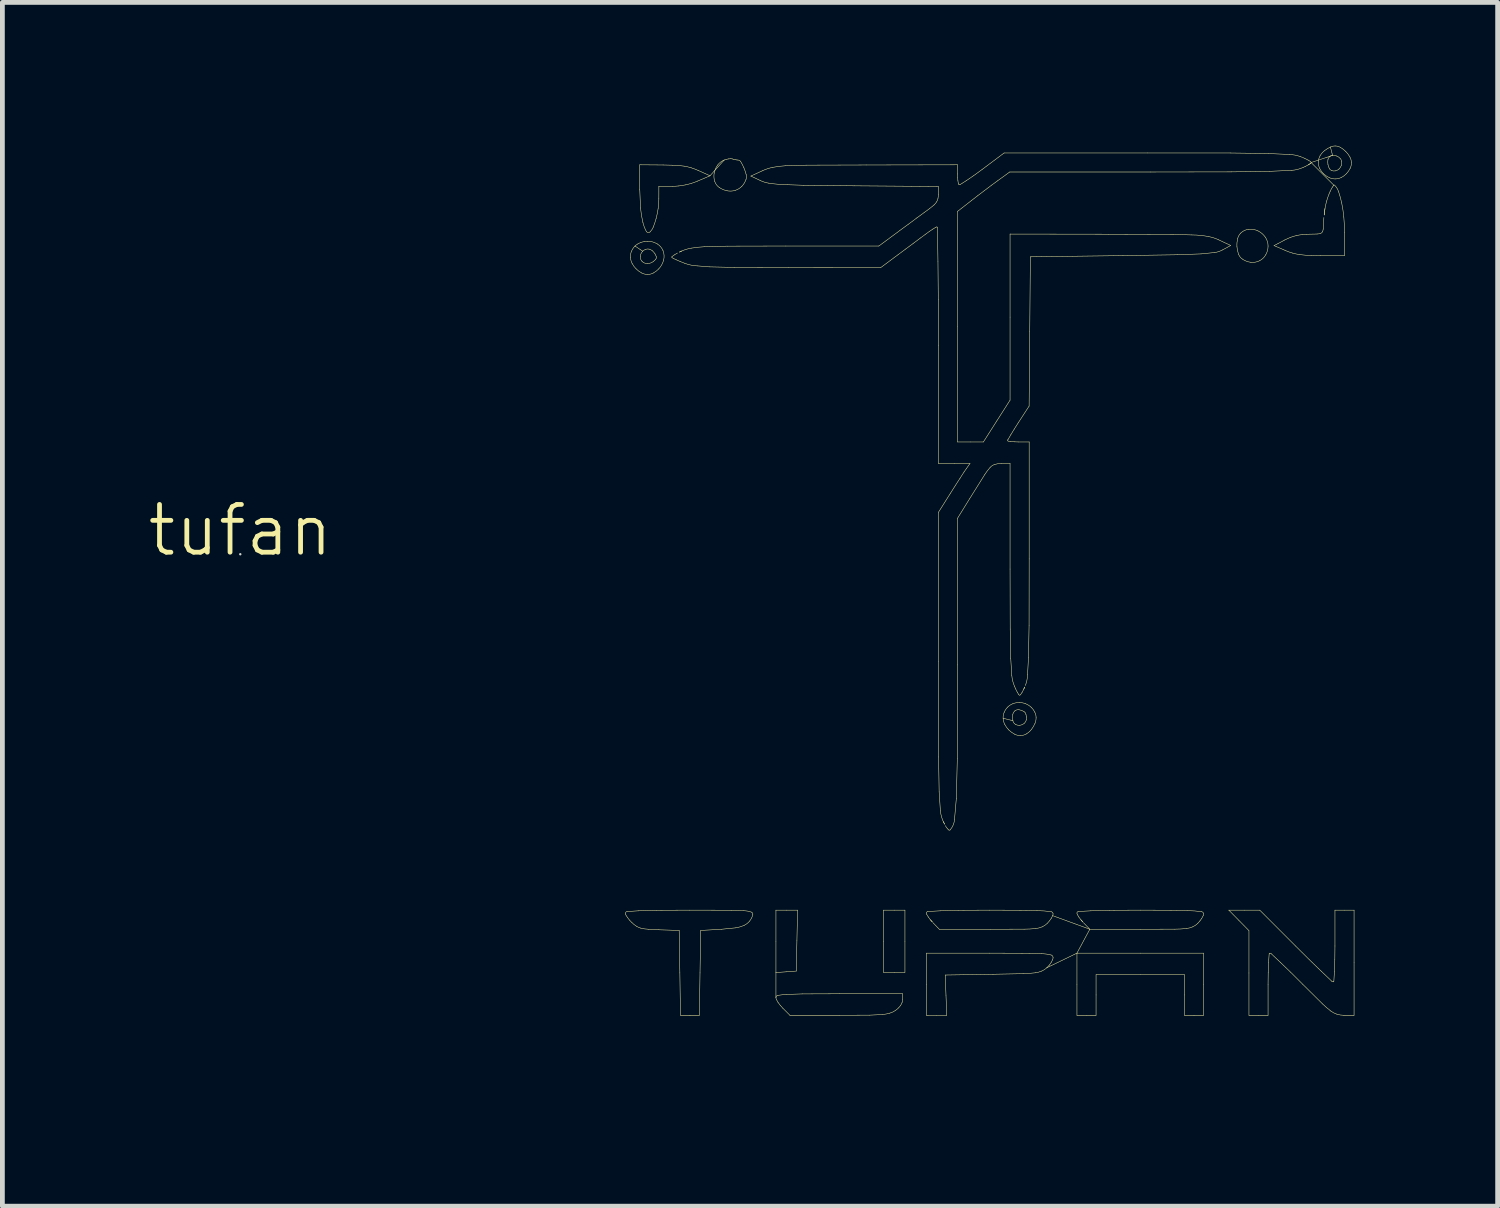
<source format=kicad_pcb>
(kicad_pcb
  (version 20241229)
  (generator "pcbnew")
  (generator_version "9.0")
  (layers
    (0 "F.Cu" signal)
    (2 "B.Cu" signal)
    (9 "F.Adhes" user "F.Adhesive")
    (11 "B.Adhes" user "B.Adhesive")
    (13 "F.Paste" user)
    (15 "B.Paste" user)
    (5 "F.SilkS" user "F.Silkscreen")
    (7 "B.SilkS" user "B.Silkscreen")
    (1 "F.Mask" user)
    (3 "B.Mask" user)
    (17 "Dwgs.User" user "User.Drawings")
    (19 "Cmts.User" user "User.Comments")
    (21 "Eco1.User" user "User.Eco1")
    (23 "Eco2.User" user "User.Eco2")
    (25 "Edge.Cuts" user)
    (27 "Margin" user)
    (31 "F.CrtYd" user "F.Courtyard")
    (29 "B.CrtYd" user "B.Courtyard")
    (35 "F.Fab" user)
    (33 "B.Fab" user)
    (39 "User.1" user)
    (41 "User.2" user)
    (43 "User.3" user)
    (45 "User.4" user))
  (footprint "tufan"
    (layer "F.Cu")
    (at 6.084 18.945)
    (property "Reference" "tufan" (at -4.105 -10.895 0) (unlocked yes) (layer "F.SilkS") (effects (font (size 1 1) (thickness 0.1))))
    (fp_line (start 4.156 -16.846) (end 4.318 -16.737) (stroke (width 0.01) (type default)) (layer "F.SilkS"))
    (fp_line (start 4.225 -2.932) (end 3.989 -2.916) (stroke (width 0.01) (type default)) (layer "F.SilkS"))
    (fp_line (start 4.256 -18.546) (end 4.256 -18.022) (stroke (width 0.01) (type default)) (layer "F.SilkS"))
    (fp_line (start 4.256 -18.022) (end 4.272 -17.642) (stroke (width 0.01) (type default)) (layer "F.SilkS"))
    (fp_line (start 4.433 -2.547) (end 4.657 -2.535) (stroke (width 0.01) (type default)) (layer "F.SilkS"))
    (fp_line (start 4.6 -2.943) (end 4.225 -2.932) (stroke (width 0.01) (type default)) (layer "F.SilkS"))
    (fp_line (start 4.655 -17.833) (end 4.656 -18.096) (stroke (width 0.01) (type default)) (layer "F.SilkS"))
    (fp_line (start 4.656 -18.096) (end 4.934 -18.096) (stroke (width 0.01) (type default)) (layer "F.SilkS"))
    (fp_line (start 4.657 -2.535) (end 5.081 -2.521) (stroke (width 0.01) (type default)) (layer "F.SilkS"))
    (fp_line (start 4.744 -18.542) (end 4.256 -18.546) (stroke (width 0.01) (type default)) (layer "F.SilkS"))
    (fp_line (start 4.942 -18.537) (end 4.744 -18.542) (stroke (width 0.01) (type default)) (layer "F.SilkS"))
    (fp_line (start 4.955 -16.588) (end 5.021 -16.557) (stroke (width 0.01) (type default)) (layer "F.SilkS"))
    (fp_line (start 5.021 -16.557) (end 5.104 -16.521) (stroke (width 0.01) (type default)) (layer "F.SilkS"))
    (fp_line (start 5.081 -2.521) (end 5.095 -1.633) (stroke (width 0.01) (type default)) (layer "F.SilkS"))
    (fp_line (start 5.095 -1.633) (end 5.108 -0.746) (stroke (width 0.01) (type default)) (layer "F.SilkS"))
    (fp_line (start 5.104 -16.521) (end 5.196 -16.485) (stroke (width 0.01) (type default)) (layer "F.SilkS"))
    (fp_line (start 5.108 -0.746) (end 5.306 -0.746) (stroke (width 0.01) (type default)) (layer "F.SilkS"))
    (fp_line (start 5.133 -16.741) (end 5.087 -16.719) (stroke (width 0.01) (type default)) (layer "F.SilkS"))
    (fp_line (start 5.301 -2.946) (end 4.6 -2.943) (stroke (width 0.01) (type default)) (layer "F.SilkS"))
    (fp_line (start 5.306 -0.746) (end 5.504 -0.746) (stroke (width 0.01) (type default)) (layer "F.SilkS"))
    (fp_line (start 5.466 -16.43) (end 5.709 -16.41) (stroke (width 0.01) (type default)) (layer "F.SilkS"))
    (fp_line (start 5.469 -18.206) (end 5.726 -18.316) (stroke (width 0.01) (type default)) (layer "F.SilkS"))
    (fp_line (start 5.504 -0.746) (end 5.517 -1.633) (stroke (width 0.01) (type default)) (layer "F.SilkS"))
    (fp_line (start 5.517 -1.633) (end 5.531 -2.521) (stroke (width 0.01) (type default)) (layer "F.SilkS"))
    (fp_line (start 5.531 -2.521) (end 5.964 -2.546) (stroke (width 0.01) (type default)) (layer "F.SilkS"))
    (fp_line (start 5.709 -16.41) (end 6.233 -16.398) (stroke (width 0.01) (type default)) (layer "F.SilkS"))
    (fp_line (start 5.726 -18.316) (end 5.478 -18.428) (stroke (width 0.01) (type default)) (layer "F.SilkS"))
    (fp_line (start 5.964 -2.546) (end 6.258 -2.575) (stroke (width 0.01) (type default)) (layer "F.SilkS"))
    (fp_line (start 6.022 -18.645) (end 5.726 -18.316) (stroke (width 0.01) (type default)) (layer "F.SilkS"))
    (fp_line (start 6.09 -16.843) (end 5.61 -16.831) (stroke (width 0.01) (type default)) (layer "F.SilkS"))
    (fp_line (start 6.168 -2.944) (end 5.301 -2.946) (stroke (width 0.01) (type default)) (layer "F.SilkS"))
    (fp_line (start 6.226 -18.659) (end 6.191 -18.669) (stroke (width 0.01) (type default)) (layer "F.SilkS"))
    (fp_line (start 6.233 -16.398) (end 7.365 -16.396) (stroke (width 0.01) (type default)) (layer "F.SilkS"))
    (fp_line (start 6.258 -18.652) (end 6.226 -18.659) (stroke (width 0.01) (type default)) (layer "F.SilkS"))
    (fp_line (start 6.279 -18.648) (end 6.258 -18.652) (stroke (width 0.01) (type default)) (layer "F.SilkS"))
    (fp_line (start 6.425 -2.934) (end 6.168 -2.944) (stroke (width 0.01) (type default)) (layer "F.SilkS"))
    (fp_line (start 6.581 -18.31) (end 6.785 -18.214) (stroke (width 0.01) (type default)) (layer "F.SilkS"))
    (fp_line (start 6.831 -18.425) (end 6.581 -18.31) (stroke (width 0.01) (type default)) (layer "F.SilkS"))
    (fp_line (start 7.106 -2.946) (end 7.106 -2.293) (stroke (width 0.01) (type default)) (layer "F.SilkS"))
    (fp_line (start 7.106 -2.293) (end 7.106 -1.64) (stroke (width 0.01) (type default)) (layer "F.SilkS"))
    (fp_line (start 7.106 -1.64) (end 7.319 -1.655) (stroke (width 0.01) (type default)) (layer "F.SilkS"))
    (fp_line (start 7.106 -1.117) (end 7.106 -1.64) (stroke (width 0.01) (type default)) (layer "F.SilkS"))
    (fp_line (start 7.252 -0.892) (end 7.398 -0.746) (stroke (width 0.01) (type default)) (layer "F.SilkS"))
    (fp_line (start 7.314 -16.846) (end 6.09 -16.843) (stroke (width 0.01) (type default)) (layer "F.SilkS"))
    (fp_line (start 7.319 -1.655) (end 7.531 -1.671) (stroke (width 0.01) (type default)) (layer "F.SilkS"))
    (fp_line (start 7.333 -2.946) (end 7.106 -2.946) (stroke (width 0.01) (type default)) (layer "F.SilkS"))
    (fp_line (start 7.346 -18.129) (end 7.691 -18.117) (stroke (width 0.01) (type default)) (layer "F.SilkS"))
    (fp_line (start 7.365 -16.396) (end 9.3 -16.395) (stroke (width 0.01) (type default)) (layer "F.SilkS"))
    (fp_line (start 7.398 -0.746) (end 8.432 -0.746) (stroke (width 0.01) (type default)) (layer "F.SilkS"))
    (fp_line (start 7.531 -1.671) (end 7.545 -2.308) (stroke (width 0.01) (type default)) (layer "F.SilkS"))
    (fp_line (start 7.545 -2.308) (end 7.559 -2.946) (stroke (width 0.01) (type default)) (layer "F.SilkS"))
    (fp_line (start 7.559 -2.946) (end 7.333 -2.946) (stroke (width 0.01) (type default)) (layer "F.SilkS"))
    (fp_line (start 7.664 -1.193) (end 7.329 -1.182) (stroke (width 0.01) (type default)) (layer "F.SilkS"))
    (fp_line (start 7.691 -18.117) (end 8.744 -18.106) (stroke (width 0.01) (type default)) (layer "F.SilkS"))
    (fp_line (start 7.749 -18.538) (end 7.298 -18.525) (stroke (width 0.01) (type default)) (layer "F.SilkS"))
    (fp_line (start 8.431 -1.196) (end 7.664 -1.193) (stroke (width 0.01) (type default)) (layer "F.SilkS"))
    (fp_line (start 8.432 -0.746) (end 9.063 -0.748) (stroke (width 0.01) (type default)) (layer "F.SilkS"))
    (fp_line (start 8.744 -18.106) (end 10.506 -18.092) (stroke (width 0.01) (type default)) (layer "F.SilkS"))
    (fp_line (start 8.994 -18.542) (end 7.749 -18.538) (stroke (width 0.01) (type default)) (layer "F.SilkS"))
    (fp_line (start 9.063 -0.748) (end 9.332 -0.761) (stroke (width 0.01) (type default)) (layer "F.SilkS"))
    (fp_line (start 9.26 -16.846) (end 7.314 -16.846) (stroke (width 0.01) (type default)) (layer "F.SilkS"))
    (fp_line (start 9.3 -16.395) (end 9.665 -16.667) (stroke (width 0.01) (type default)) (layer "F.SilkS"))
    (fp_line (start 9.356 -2.946) (end 9.356 -2.296) (stroke (width 0.01) (type default)) (layer "F.SilkS"))
    (fp_line (start 9.356 -2.296) (end 9.356 -1.645) (stroke (width 0.01) (type default)) (layer "F.SilkS"))
    (fp_line (start 9.356 -1.645) (end 9.581 -1.645) (stroke (width 0.01) (type default)) (layer "F.SilkS"))
    (fp_line (start 9.581 -2.946) (end 9.356 -2.946) (stroke (width 0.01) (type default)) (layer "F.SilkS"))
    (fp_line (start 9.581 -1.645) (end 9.806 -1.645) (stroke (width 0.01) (type default)) (layer "F.SilkS"))
    (fp_line (start 9.665 -16.667) (end 9.82 -16.782) (stroke (width 0.01) (type default)) (layer "F.SilkS"))
    (fp_line (start 9.695 -17.168) (end 9.26 -16.846) (stroke (width 0.01) (type default)) (layer "F.SilkS"))
    (fp_line (start 9.756 -1.196) (end 8.431 -1.196) (stroke (width 0.01) (type default)) (layer "F.SilkS"))
    (fp_line (start 9.756 -1.074) (end 9.756 -1.196) (stroke (width 0.01) (type default)) (layer "F.SilkS"))
    (fp_line (start 9.806 -2.946) (end 9.581 -2.946) (stroke (width 0.01) (type default)) (layer "F.SilkS"))
    (fp_line (start 9.806 -2.296) (end 9.806 -2.946) (stroke (width 0.01) (type default)) (layer "F.SilkS"))
    (fp_line (start 9.806 -1.645) (end 9.806 -2.296) (stroke (width 0.01) (type default)) (layer "F.SilkS"))
    (fp_line (start 9.82 -16.782) (end 9.984 -16.904) (stroke (width 0.01) (type default)) (layer "F.SilkS"))
    (fp_line (start 9.876 -17.301) (end 9.695 -17.168) (stroke (width 0.01) (type default)) (layer "F.SilkS"))
    (fp_line (start 9.984 -16.904) (end 10.132 -17.015) (stroke (width 0.01) (type default)) (layer "F.SilkS"))
    (fp_line (start 10.058 -17.436) (end 9.876 -17.301) (stroke (width 0.01) (type default)) (layer "F.SilkS"))
    (fp_line (start 10.132 -17.015) (end 10.236 -17.092) (stroke (width 0.01) (type default)) (layer "F.SilkS"))
    (fp_line (start 10.218 -17.554) (end 10.058 -17.436) (stroke (width 0.01) (type default)) (layer "F.SilkS"))
    (fp_line (start 10.236 -17.092) (end 10.317 -17.151) (stroke (width 0.01) (type default)) (layer "F.SilkS"))
    (fp_line (start 10.256 -2.046) (end 10.256 -1.395) (stroke (width 0.01) (type default)) (layer "F.SilkS"))
    (fp_line (start 10.256 -1.395) (end 10.256 -0.746) (stroke (width 0.01) (type default)) (layer "F.SilkS"))
    (fp_line (start 10.256 -0.746) (end 10.469 -0.745) (stroke (width 0.01) (type default)) (layer "F.SilkS"))
    (fp_line (start 10.317 -17.151) (end 10.39 -17.2) (stroke (width 0.01) (type default)) (layer "F.SilkS"))
    (fp_line (start 10.32 -17.628) (end 10.218 -17.554) (stroke (width 0.01) (type default)) (layer "F.SilkS"))
    (fp_line (start 10.339 -2.744) (end 10.379 -2.699) (stroke (width 0.01) (type default)) (layer "F.SilkS"))
    (fp_line (start 10.39 -17.2) (end 10.452 -17.239) (stroke (width 0.01) (type default)) (layer "F.SilkS"))
    (fp_line (start 10.39 -2.686) (end 10.525 -2.546) (stroke (width 0.01) (type default)) (layer "F.SilkS"))
    (fp_line (start 10.469 -0.745) (end 10.681 -0.745) (stroke (width 0.01) (type default)) (layer "F.SilkS"))
    (fp_line (start 10.487 -17.231) (end 10.497 -16.518) (stroke (width 0.01) (type default)) (layer "F.SilkS"))
    (fp_line (start 10.497 -16.518) (end 10.504 -15.72) (stroke (width 0.01) (type default)) (layer "F.SilkS"))
    (fp_line (start 10.504 -15.72) (end 10.506 -14.771) (stroke (width 0.01) (type default)) (layer "F.SilkS"))
    (fp_line (start 10.506 -18.092) (end 10.506 -17.928) (stroke (width 0.01) (type default)) (layer "F.SilkS"))
    (fp_line (start 10.506 -14.771) (end 10.506 -12.296) (stroke (width 0.01) (type default)) (layer "F.SilkS"))
    (fp_line (start 10.506 -12.296) (end 10.837 -12.296) (stroke (width 0.01) (type default)) (layer "F.SilkS"))
    (fp_line (start 10.506 -11.271) (end 10.507 -8.146) (stroke (width 0.01) (type default)) (layer "F.SilkS"))
    (fp_line (start 10.507 -8.146) (end 10.51 -6.152) (stroke (width 0.01) (type default)) (layer "F.SilkS"))
    (fp_line (start 10.51 -6.152) (end 10.522 -5.42) (stroke (width 0.01) (type default)) (layer "F.SilkS"))
    (fp_line (start 10.522 -5.42) (end 10.548 -5.023) (stroke (width 0.01) (type default)) (layer "F.SilkS"))
    (fp_line (start 10.525 -2.546) (end 11.593 -2.546) (stroke (width 0.01) (type default)) (layer "F.SilkS"))
    (fp_line (start 10.546 -2.932) (end 10.285 -2.917) (stroke (width 0.01) (type default)) (layer "F.SilkS"))
    (fp_line (start 10.609 -4.799) (end 10.636 -4.746) (stroke (width 0.01) (type default)) (layer "F.SilkS"))
    (fp_line (start 10.649 -1.588) (end 11.649 -1.604) (stroke (width 0.01) (type default)) (layer "F.SilkS"))
    (fp_line (start 10.665 -1.167) (end 10.649 -1.588) (stroke (width 0.01) (type default)) (layer "F.SilkS"))
    (fp_line (start 10.681 -0.745) (end 10.665 -1.167) (stroke (width 0.01) (type default)) (layer "F.SilkS"))
    (fp_line (start 10.758 -11.671) (end 10.506 -11.271) (stroke (width 0.01) (type default)) (layer "F.SilkS"))
    (fp_line (start 10.837 -12.296) (end 11.168 -12.296) (stroke (width 0.01) (type default)) (layer "F.SilkS"))
    (fp_line (start 10.844 -4.851) (end 10.882 -5.288) (stroke (width 0.01) (type default)) (layer "F.SilkS"))
    (fp_line (start 10.86 -11.832) (end 10.758 -11.671) (stroke (width 0.01) (type default)) (layer "F.SilkS"))
    (fp_line (start 10.882 -5.288) (end 10.902 -6.12) (stroke (width 0.01) (type default)) (layer "F.SilkS"))
    (fp_line (start 10.902 -6.12) (end 10.906 -8.079) (stroke (width 0.01) (type default)) (layer "F.SilkS"))
    (fp_line (start 10.906 -18.546) (end 8.994 -18.542) (stroke (width 0.01) (type default)) (layer "F.SilkS"))
    (fp_line (start 10.906 -18.354) (end 10.906 -18.546) (stroke (width 0.01) (type default)) (layer "F.SilkS"))
    (fp_line (start 10.906 -12.745) (end 10.906 -15.158) (stroke (width 0.01) (type default)) (layer "F.SilkS"))
    (fp_line (start 10.906 -11.147) (end 11.161 -11.559) (stroke (width 0.01) (type default)) (layer "F.SilkS"))
    (fp_line (start 10.906 -8.079) (end 10.906 -11.147) (stroke (width 0.01) (type default)) (layer "F.SilkS"))
    (fp_line (start 10.906 -15.158) (end 10.906 -17.57) (stroke (width 0.01) (type default)) (layer "F.SilkS"))
    (fp_line (start 10.906 -17.57) (end 11.194 -17.795) (stroke (width 0.01) (type default)) (layer "F.SilkS"))
    (fp_line (start 10.908 -18.278) (end 10.906 -18.354) (stroke (width 0.01) (type default)) (layer "F.SilkS"))
    (fp_line (start 10.915 -18.21) (end 10.908 -18.278) (stroke (width 0.01) (type default)) (layer "F.SilkS"))
    (fp_line (start 10.923 -18.158) (end 10.915 -18.21) (stroke (width 0.01) (type default)) (layer "F.SilkS"))
    (fp_line (start 10.931 -2.943) (end 10.546 -2.932) (stroke (width 0.01) (type default)) (layer "F.SilkS"))
    (fp_line (start 10.959 -11.986) (end 10.86 -11.832) (stroke (width 0.01) (type default)) (layer "F.SilkS"))
    (fp_line (start 11.043 -12.117) (end 10.959 -11.986) (stroke (width 0.01) (type default)) (layer "F.SilkS"))
    (fp_line (start 11.089 -12.183) (end 11.043 -12.117) (stroke (width 0.01) (type default)) (layer "F.SilkS"))
    (fp_line (start 11.09 -18.214) (end 10.958 -18.131) (stroke (width 0.01) (type default)) (layer "F.SilkS"))
    (fp_line (start 11.161 -11.559) (end 11.478 -12.065) (stroke (width 0.01) (type default)) (layer "F.SilkS"))
    (fp_line (start 11.168 -12.296) (end 11.089 -12.183) (stroke (width 0.01) (type default)) (layer "F.SilkS"))
    (fp_line (start 11.177 -12.745) (end 10.906 -12.745) (stroke (width 0.01) (type default)) (layer "F.SilkS"))
    (fp_line (start 11.194 -17.795) (end 11.323 -17.895) (stroke (width 0.01) (type default)) (layer "F.SilkS"))
    (fp_line (start 11.244 -18.319) (end 11.09 -18.214) (stroke (width 0.01) (type default)) (layer "F.SilkS"))
    (fp_line (start 11.323 -17.895) (end 11.473 -18.009) (stroke (width 0.01) (type default)) (layer "F.SilkS"))
    (fp_line (start 11.422 -18.449) (end 11.244 -18.319) (stroke (width 0.01) (type default)) (layer "F.SilkS"))
    (fp_line (start 11.448 -12.745) (end 11.177 -12.745) (stroke (width 0.01) (type default)) (layer "F.SilkS"))
    (fp_line (start 11.473 -18.009) (end 11.62 -18.12) (stroke (width 0.01) (type default)) (layer "F.SilkS"))
    (fp_line (start 11.581 -2.946) (end 10.931 -2.943) (stroke (width 0.01) (type default)) (layer "F.SilkS"))
    (fp_line (start 11.581 -2.046) (end 10.256 -2.046) (stroke (width 0.01) (type default)) (layer "F.SilkS"))
    (fp_line (start 11.593 -2.546) (end 12.299 -2.548) (stroke (width 0.01) (type default)) (layer "F.SilkS"))
    (fp_line (start 11.62 -18.12) (end 11.74 -18.208) (stroke (width 0.01) (type default)) (layer "F.SilkS"))
    (fp_line (start 11.649 -1.604) (end 12.294 -1.617) (stroke (width 0.01) (type default)) (layer "F.SilkS"))
    (fp_line (start 11.727 -13.183) (end 11.448 -12.745) (stroke (width 0.01) (type default)) (layer "F.SilkS"))
    (fp_line (start 11.74 -18.208) (end 11.998 -18.395) (stroke (width 0.01) (type default)) (layer "F.SilkS"))
    (fp_line (start 11.822 -12.295) (end 12.006 -12.296) (stroke (width 0.01) (type default)) (layer "F.SilkS"))
    (fp_line (start 11.861 -6.962) (end 12.065 -6.911) (stroke (width 0.01) (type default)) (layer "F.SilkS"))
    (fp_line (start 11.881 -18.793) (end 11.422 -18.449) (stroke (width 0.01) (type default)) (layer "F.SilkS"))
    (fp_line (start 11.962 -12.794) (end 12.022 -12.896) (stroke (width 0.01) (type default)) (layer "F.SilkS"))
    (fp_line (start 11.962 -12.794) (end 11.962 -12.794) (stroke (width 0.01) (type default)) (layer "F.SilkS"))
    (fp_line (start 11.998 -18.395) (end 14.951 -18.395) (stroke (width 0.01) (type default)) (layer "F.SilkS"))
    (fp_line (start 12.006 -13.62) (end 11.727 -13.183) (stroke (width 0.01) (type default)) (layer "F.SilkS"))
    (fp_line (start 12.006 -15.358) (end 12.006 -13.62) (stroke (width 0.01) (type default)) (layer "F.SilkS"))
    (fp_line (start 12.006 -17.096) (end 12.006 -15.358) (stroke (width 0.01) (type default)) (layer "F.SilkS"))
    (fp_line (start 12.006 -12.296) (end 12.006 -10.085) (stroke (width 0.01) (type default)) (layer "F.SilkS"))
    (fp_line (start 12.006 -10.085) (end 12.009 -8.829) (stroke (width 0.01) (type default)) (layer "F.SilkS"))
    (fp_line (start 12.009 -8.829) (end 12.02 -8.22) (stroke (width 0.01) (type default)) (layer "F.SilkS"))
    (fp_line (start 12.02 -8.22) (end 12.042 -7.856) (stroke (width 0.01) (type default)) (layer "F.SilkS"))
    (fp_line (start 12.022 -12.896) (end 12.094 -13.015) (stroke (width 0.01) (type default)) (layer "F.SilkS"))
    (fp_line (start 12.022 -12.754) (end 11.966 -12.763) (stroke (width 0.01) (type default)) (layer "F.SilkS"))
    (fp_line (start 12.094 -13.015) (end 12.18 -13.15) (stroke (width 0.01) (type default)) (layer "F.SilkS"))
    (fp_line (start 12.095 -12.748) (end 12.022 -12.754) (stroke (width 0.01) (type default)) (layer "F.SilkS"))
    (fp_line (start 12.104 -7.621) (end 12.122 -7.578) (stroke (width 0.01) (type default)) (layer "F.SilkS"))
    (fp_line (start 12.122 -7.578) (end 12.157 -7.508) (stroke (width 0.01) (type default)) (layer "F.SilkS"))
    (fp_line (start 12.157 -7.508) (end 12.189 -7.455) (stroke (width 0.01) (type default)) (layer "F.SilkS"))
    (fp_line (start 12.18 -13.15) (end 12.405 -13.496) (stroke (width 0.01) (type default)) (layer "F.SilkS"))
    (fp_line (start 12.181 -12.745) (end 12.095 -12.748) (stroke (width 0.01) (type default)) (layer "F.SilkS"))
    (fp_line (start 12.227 -7.457) (end 12.258 -7.505) (stroke (width 0.01) (type default)) (layer "F.SilkS"))
    (fp_line (start 12.292 -7.569) (end 12.312 -7.615) (stroke (width 0.01) (type default)) (layer "F.SilkS"))
    (fp_line (start 12.34 -2.943) (end 11.581 -2.946) (stroke (width 0.01) (type default)) (layer "F.SilkS"))
    (fp_line (start 12.372 -7.871) (end 12.392 -8.237) (stroke (width 0.01) (type default)) (layer "F.SilkS"))
    (fp_line (start 12.392 -8.237) (end 12.404 -8.906) (stroke (width 0.01) (type default)) (layer "F.SilkS"))
    (fp_line (start 12.404 -8.906) (end 12.406 -10.297) (stroke (width 0.01) (type default)) (layer "F.SilkS"))
    (fp_line (start 12.405 -13.496) (end 12.418 -15.058) (stroke (width 0.01) (type default)) (layer "F.SilkS"))
    (fp_line (start 12.405 -2.043) (end 11.581 -2.046) (stroke (width 0.01) (type default)) (layer "F.SilkS"))
    (fp_line (start 12.406 -12.745) (end 12.181 -12.745) (stroke (width 0.01) (type default)) (layer "F.SilkS"))
    (fp_line (start 12.406 -10.297) (end 12.406 -12.745) (stroke (width 0.01) (type default)) (layer "F.SilkS"))
    (fp_line (start 12.418 -15.058) (end 12.431 -16.62) (stroke (width 0.01) (type default)) (layer "F.SilkS"))
    (fp_line (start 12.431 -16.62) (end 14.356 -16.645) (stroke (width 0.01) (type default)) (layer "F.SilkS"))
    (fp_line (start 12.57 -2.936) (end 12.34 -2.943) (stroke (width 0.01) (type default)) (layer "F.SilkS"))
    (fp_line (start 12.657 -2.034) (end 12.405 -2.043) (stroke (width 0.01) (type default)) (layer "F.SilkS"))
    (fp_line (start 12.777 -1.742) (end 13.406 -2.046) (stroke (width 0.01) (type default)) (layer "F.SilkS"))
    (fp_line (start 13.406 -2.046) (end 13.406 -1.395) (stroke (width 0.01) (type default)) (layer "F.SilkS"))
    (fp_line (start 13.406 -2.046) (end 13.675 -2.546) (stroke (width 0.01) (type default)) (layer "F.SilkS"))
    (fp_line (start 13.406 -1.395) (end 13.406 -0.746) (stroke (width 0.01) (type default)) (layer "F.SilkS"))
    (fp_line (start 13.406 -0.746) (end 13.606 -0.746) (stroke (width 0.01) (type default)) (layer "F.SilkS"))
    (fp_line (start 13.489 -2.744) (end 13.529 -2.699) (stroke (width 0.01) (type default)) (layer "F.SilkS"))
    (fp_line (start 13.54 -2.686) (end 13.675 -2.546) (stroke (width 0.01) (type default)) (layer "F.SilkS"))
    (fp_line (start 13.606 -0.746) (end 13.806 -0.746) (stroke (width 0.01) (type default)) (layer "F.SilkS"))
    (fp_line (start 13.675 -2.546) (end 12.898 -2.83) (stroke (width 0.01) (type default)) (layer "F.SilkS"))
    (fp_line (start 13.675 -2.546) (end 14.743 -2.546) (stroke (width 0.01) (type default)) (layer "F.SilkS"))
    (fp_line (start 13.696 -2.932) (end 13.435 -2.917) (stroke (width 0.01) (type default)) (layer "F.SilkS"))
    (fp_line (start 13.806 -1.595) (end 14.731 -1.595) (stroke (width 0.01) (type default)) (layer "F.SilkS"))
    (fp_line (start 13.806 -1.171) (end 13.806 -1.595) (stroke (width 0.01) (type default)) (layer "F.SilkS"))
    (fp_line (start 13.806 -0.746) (end 13.806 -1.171) (stroke (width 0.01) (type default)) (layer "F.SilkS"))
    (fp_line (start 14.069 -17.093) (end 12.006 -17.096) (stroke (width 0.01) (type default)) (layer "F.SilkS"))
    (fp_line (start 14.081 -2.943) (end 13.696 -2.932) (stroke (width 0.01) (type default)) (layer "F.SilkS"))
    (fp_line (start 14.356 -16.645) (end 15.504 -16.663) (stroke (width 0.01) (type default)) (layer "F.SilkS"))
    (fp_line (start 14.731 -2.946) (end 14.081 -2.943) (stroke (width 0.01) (type default)) (layer "F.SilkS"))
    (fp_line (start 14.731 -2.046) (end 13.406 -2.046) (stroke (width 0.01) (type default)) (layer "F.SilkS"))
    (fp_line (start 14.731 -1.595) (end 15.656 -1.595) (stroke (width 0.01) (type default)) (layer "F.SilkS"))
    (fp_line (start 14.743 -2.546) (end 15.449 -2.548) (stroke (width 0.01) (type default)) (layer "F.SilkS"))
    (fp_line (start 14.879 -18.794) (end 11.881 -18.793) (stroke (width 0.01) (type default)) (layer "F.SilkS"))
    (fp_line (start 14.951 -18.395) (end 16.645 -18.398) (stroke (width 0.01) (type default)) (layer "F.SilkS"))
    (fp_line (start 15.429 -17.089) (end 14.069 -17.093) (stroke (width 0.01) (type default)) (layer "F.SilkS"))
    (fp_line (start 15.49 -2.943) (end 14.731 -2.946) (stroke (width 0.01) (type default)) (layer "F.SilkS"))
    (fp_line (start 15.504 -16.663) (end 16.004 -16.681) (stroke (width 0.01) (type default)) (layer "F.SilkS"))
    (fp_line (start 15.656 -1.595) (end 15.656 -1.171) (stroke (width 0.01) (type default)) (layer "F.SilkS"))
    (fp_line (start 15.656 -1.171) (end 15.656 -0.746) (stroke (width 0.01) (type default)) (layer "F.SilkS"))
    (fp_line (start 15.656 -0.746) (end 15.856 -0.746) (stroke (width 0.01) (type default)) (layer "F.SilkS"))
    (fp_line (start 15.72 -2.936) (end 15.49 -2.943) (stroke (width 0.01) (type default)) (layer "F.SilkS"))
    (fp_line (start 15.812 -17.078) (end 15.429 -17.089) (stroke (width 0.01) (type default)) (layer "F.SilkS"))
    (fp_line (start 15.856 -0.746) (end 16.056 -0.746) (stroke (width 0.01) (type default)) (layer "F.SilkS"))
    (fp_line (start 16.004 -16.681) (end 16.289 -16.71) (stroke (width 0.01) (type default)) (layer "F.SilkS"))
    (fp_line (start 16.056 -2.046) (end 14.731 -2.046) (stroke (width 0.01) (type default)) (layer "F.SilkS"))
    (fp_line (start 16.056 -1.395) (end 16.056 -2.046) (stroke (width 0.01) (type default)) (layer "F.SilkS"))
    (fp_line (start 16.056 -0.746) (end 16.056 -1.395) (stroke (width 0.01) (type default)) (layer "F.SilkS"))
    (fp_line (start 16.452 -16.764) (end 16.623 -16.857) (stroke (width 0.01) (type default)) (layer "F.SilkS"))
    (fp_line (start 16.585 -2.946) (end 16.796 -2.731) (stroke (width 0.01) (type default)) (layer "F.SilkS"))
    (fp_line (start 16.613 -18.793) (end 14.879 -18.794) (stroke (width 0.01) (type default)) (layer "F.SilkS"))
    (fp_line (start 16.623 -16.857) (end 16.373 -16.975) (stroke (width 0.01) (type default)) (layer "F.SilkS"))
    (fp_line (start 16.645 -18.398) (end 17.436 -18.409) (stroke (width 0.01) (type default)) (layer "F.SilkS"))
    (fp_line (start 16.796 -2.731) (end 17.006 -2.517) (stroke (width 0.01) (type default)) (layer "F.SilkS"))
    (fp_line (start 16.909 -2.946) (end 16.585 -2.946) (stroke (width 0.01) (type default)) (layer "F.SilkS"))
    (fp_line (start 17.006 -2.517) (end 17.006 -1.631) (stroke (width 0.01) (type default)) (layer "F.SilkS"))
    (fp_line (start 17.006 -1.631) (end 17.006 -0.746) (stroke (width 0.01) (type default)) (layer "F.SilkS"))
    (fp_line (start 17.006 -0.746) (end 17.206 -0.746) (stroke (width 0.01) (type default)) (layer "F.SilkS"))
    (fp_line (start 17.206 -0.746) (end 17.406 -0.746) (stroke (width 0.01) (type default)) (layer "F.SilkS"))
    (fp_line (start 17.232 -2.946) (end 16.909 -2.946) (stroke (width 0.01) (type default)) (layer "F.SilkS"))
    (fp_line (start 17.406 -1.395) (end 17.409 -1.645) (stroke (width 0.01) (type default)) (layer "F.SilkS"))
    (fp_line (start 17.406 -0.746) (end 17.406 -1.395) (stroke (width 0.01) (type default)) (layer "F.SilkS"))
    (fp_line (start 17.409 -1.645) (end 17.417 -1.855) (stroke (width 0.01) (type default)) (layer "F.SilkS"))
    (fp_line (start 17.411 -18.782) (end 16.613 -18.793) (stroke (width 0.01) (type default)) (layer "F.SilkS"))
    (fp_line (start 17.417 -1.855) (end 17.429 -2.031) (stroke (width 0.01) (type default)) (layer "F.SilkS"))
    (fp_line (start 17.436 -18.409) (end 17.901 -18.43) (stroke (width 0.01) (type default)) (layer "F.SilkS"))
    (fp_line (start 17.471 -2.035) (end 17.662 -1.855) (stroke (width 0.01) (type default)) (layer "F.SilkS"))
    (fp_line (start 17.531 -16.854) (end 17.773 -16.75) (stroke (width 0.01) (type default)) (layer "F.SilkS"))
    (fp_line (start 17.662 -1.855) (end 17.88 -1.645) (stroke (width 0.01) (type default)) (layer "F.SilkS"))
    (fp_line (start 17.756 -16.973) (end 17.531 -16.854) (stroke (width 0.01) (type default)) (layer "F.SilkS"))
    (fp_line (start 17.848 -18.762) (end 17.411 -18.782) (stroke (width 0.01) (type default)) (layer "F.SilkS"))
    (fp_line (start 17.88 -1.645) (end 18.131 -1.395) (stroke (width 0.01) (type default)) (layer "F.SilkS"))
    (fp_line (start 17.981 -2.196) (end 17.232 -2.946) (stroke (width 0.01) (type default)) (layer "F.SilkS"))
    (fp_line (start 18.131 -1.395) (end 18.547 -0.983) (stroke (width 0.01) (type default)) (layer "F.SilkS"))
    (fp_line (start 18.142 -18.492) (end 18.182 -18.509) (stroke (width 0.01) (type default)) (layer "F.SilkS"))
    (fp_line (start 18.174 -18.68) (end 18.092 -18.714) (stroke (width 0.01) (type default)) (layer "F.SilkS"))
    (fp_line (start 18.243 -18.645) (end 18.174 -18.68) (stroke (width 0.01) (type default)) (layer "F.SilkS"))
    (fp_line (start 18.247 -18.544) (end 18.299 -18.577) (stroke (width 0.01) (type default)) (layer "F.SilkS"))
    (fp_line (start 18.271 -1.908) (end 17.981 -2.196) (stroke (width 0.01) (type default)) (layer "F.SilkS"))
    (fp_line (start 18.295 -18.614) (end 18.243 -18.645) (stroke (width 0.01) (type default)) (layer "F.SilkS"))
    (fp_line (start 18.306 -18.594) (end 18.782 -18.119) (stroke (width 0.01) (type default)) (layer "F.SilkS"))
    (fp_line (start 18.316 -16.649) (end 18.51 -16.645) (stroke (width 0.01) (type default)) (layer "F.SilkS"))
    (fp_line (start 18.432 -17.097) (end 18.215 -17.092) (stroke (width 0.01) (type default)) (layer "F.SilkS"))
    (fp_line (start 18.51 -16.645) (end 19.006 -16.645) (stroke (width 0.01) (type default)) (layer "F.SilkS"))
    (fp_line (start 18.521 -1.666) (end 18.271 -1.908) (stroke (width 0.01) (type default)) (layer "F.SilkS"))
    (fp_line (start 18.574 -17.443) (end 18.56 -17.201) (stroke (width 0.01) (type default)) (layer "F.SilkS"))
    (fp_line (start 18.597 -17.629) (end 18.581 -17.496) (stroke (width 0.01) (type default)) (layer "F.SilkS"))
    (fp_line (start 18.702 -17.979) (end 18.682 -17.935) (stroke (width 0.01) (type default)) (layer "F.SilkS"))
    (fp_line (start 18.711 -18.918) (end 18.756 -18.743) (stroke (width 0.01) (type default)) (layer "F.SilkS"))
    (fp_line (start 18.741 -1.457) (end 18.521 -1.666) (stroke (width 0.01) (type default)) (layer "F.SilkS"))
    (fp_line (start 18.756 -18.743) (end 18.306 -18.594) (stroke (width 0.01) (type default)) (layer "F.SilkS"))
    (fp_line (start 18.795 -1.666) (end 18.783 -1.46) (stroke (width 0.01) (type default)) (layer "F.SilkS"))
    (fp_line (start 18.803 -1.908) (end 18.795 -1.666) (stroke (width 0.01) (type default)) (layer "F.SilkS"))
    (fp_line (start 18.806 -2.946) (end 18.806 -2.196) (stroke (width 0.01) (type default)) (layer "F.SilkS"))
    (fp_line (start 18.806 -2.196) (end 18.803 -1.908) (stroke (width 0.01) (type default)) (layer "F.SilkS"))
    (fp_line (start 18.993 -0.746) (end 19.206 -0.746) (stroke (width 0.01) (type default)) (layer "F.SilkS"))
    (fp_line (start 19.006 -16.645) (end 19.006 -17.133) (stroke (width 0.01) (type default)) (layer "F.SilkS"))
    (fp_line (start 19.006 -2.946) (end 18.806 -2.946) (stroke (width 0.01) (type default)) (layer "F.SilkS"))
    (fp_line (start 19.206 -2.946) (end 19.006 -2.946) (stroke (width 0.01) (type default)) (layer "F.SilkS"))
    (fp_line (start 19.206 -1.845) (end 19.206 -2.946) (stroke (width 0.01) (type default)) (layer "F.SilkS"))
    (fp_line (start 19.206 -0.746) (end 19.206 -1.845) (stroke (width 0.01) (type default)) (layer "F.SilkS"))
    (fp_arc (start 3.9561 -2.879855) (mid 3.965417 -2.904181) (end 3.988629 -2.916004) (stroke (width 0.01) (type default)) (layer "F.SilkS"))
    (fp_arc (start 3.964702 -2.84619) (mid 3.958276 -2.862481) (end 3.9561 -2.879855) (stroke (width 0.01) (type default)) (layer "F.SilkS"))
    (fp_arc (start 3.996614 -2.794677) (mid 3.979959 -2.82) (end 3.964702 -2.84619) (stroke (width 0.01) (type default)) (layer "F.SilkS"))
    (fp_arc (start 4.041225 -2.737477) (mid 4.018155 -2.76548) (end 3.996614 -2.794677) (stroke (width 0.01) (type default)) (layer "F.SilkS"))
    (fp_arc (start 4.061044 -16.611931) (mid 4.065037 -16.675224) (end 4.082825 -16.736097) (stroke (width 0.01) (type default)) (layer "F.SilkS"))
    (fp_arc (start 4.082825 -16.736097) (mid 4.114102 -16.794389) (end 4.1561 -16.8455) (stroke (width 0.01) (type default)) (layer "F.SilkS"))
    (fp_arc (start 4.094022 -2.682072) (mid 4.066993 -2.709174) (end 4.041225 -2.737477) (stroke (width 0.01) (type default)) (layer "F.SilkS"))
    (fp_arc (start 4.094388 -16.485045) (mid 4.071053 -16.546737) (end 4.061044 -16.611931) (stroke (width 0.01) (type default)) (layer "F.SilkS"))
    (fp_arc (start 4.1561 -16.8455) (mid 4.18094 -16.86745) (end 4.208291 -16.886176) (stroke (width 0.01) (type default)) (layer "F.SilkS"))
    (fp_arc (start 4.178827 -16.368227) (mid 4.131938 -16.423261) (end 4.094388 -16.485045) (stroke (width 0.01) (type default)) (layer "F.SilkS"))
    (fp_arc (start 4.186598 -2.609436) (mid 4.138518 -2.643469) (end 4.094022 -2.682072) (stroke (width 0.01) (type default)) (layer "F.SilkS"))
    (fp_arc (start 4.208291 -16.886176) (mid 4.240703 -16.903616) (end 4.274559 -16.918052) (stroke (width 0.01) (type default)) (layer "F.SilkS"))
    (fp_arc (start 4.266738 -16.627273) (mid 4.282416 -16.686624) (end 4.317559 -16.736959) (stroke (width 0.01) (type default)) (layer "F.SilkS"))
    (fp_arc (start 4.274559 -16.918052) (mid 4.311052 -16.929923) (end 4.348438 -16.938585) (stroke (width 0.01) (type default)) (layer "F.SilkS"))
    (fp_arc (start 4.27895 -2.569189) (mid 4.231208 -2.585717) (end 4.186598 -2.609436) (stroke (width 0.01) (type default)) (layer "F.SilkS"))
    (fp_arc (start 4.29767 -16.281028) (mid 4.234919 -16.32009) (end 4.178827 -16.368227) (stroke (width 0.01) (type default)) (layer "F.SilkS"))
    (fp_arc (start 4.305188 -16.523053) (mid 4.27445 -16.57091) (end 4.266738 -16.627273) (stroke (width 0.01) (type default)) (layer "F.SilkS"))
    (fp_arc (start 4.317559 -16.736959) (mid 4.347099 -16.760506) (end 4.381141 -16.776885) (stroke (width 0.01) (type default)) (layer "F.SilkS"))
    (fp_arc (start 4.323037 -17.333461) (mid 4.291821 -17.486554) (end 4.272436 -17.641589) (stroke (width 0.01) (type default)) (layer "F.SilkS"))
    (fp_arc (start 4.348438 -16.938585) (mid 4.385735 -16.94377) (end 4.423351 -16.9455) (stroke (width 0.01) (type default)) (layer "F.SilkS"))
    (fp_arc (start 4.381141 -16.776885) (mid 4.41566 -16.783814) (end 4.450755 -16.781037) (stroke (width 0.01) (type default)) (layer "F.SilkS"))
    (fp_arc (start 4.393694 -17.151692) (mid 4.352395 -17.240256) (end 4.323037 -17.333461) (stroke (width 0.01) (type default)) (layer "F.SilkS"))
    (fp_arc (start 4.414613 -16.478533) (mid 4.355449 -16.489848) (end 4.305188 -16.523053) (stroke (width 0.01) (type default)) (layer "F.SilkS"))
    (fp_arc (start 4.419855 -16.251039) (mid 4.35696 -16.258681) (end 4.29767 -16.281028) (stroke (width 0.01) (type default)) (layer "F.SilkS"))
    (fp_arc (start 4.423351 -16.9455) (mid 4.525299 -16.931696) (end 4.619885 -16.891236) (stroke (width 0.01) (type default)) (layer "F.SilkS"))
    (fp_arc (start 4.432903 -2.546705) (mid 4.355305 -2.553695) (end 4.27895 -2.569189) (stroke (width 0.01) (type default)) (layer "F.SilkS"))
    (fp_arc (start 4.450755 -16.781037) (mid 4.48665 -16.768356) (end 4.518385 -16.747328) (stroke (width 0.01) (type default)) (layer "F.SilkS"))
    (fp_arc (start 4.471229 -17.140629) (mid 4.429691 -17.126758) (end 4.393694 -17.151692) (stroke (width 0.01) (type default)) (layer "F.SilkS"))
    (fp_arc (start 4.518385 -16.747328) (mid 4.5497 -16.715949) (end 4.575741 -16.680072) (stroke (width 0.01) (type default)) (layer "F.SilkS"))
    (fp_arc (start 4.536693 -16.519509) (mid 4.478907 -16.489327) (end 4.414613 -16.478533) (stroke (width 0.01) (type default)) (layer "F.SilkS"))
    (fp_arc (start 4.539077 -17.243494) (mid 4.510381 -17.188612) (end 4.471229 -17.140629) (stroke (width 0.01) (type default)) (layer "F.SilkS"))
    (fp_arc (start 4.540163 -16.281051) (mid 4.48186 -16.25862) (end 4.419855 -16.251039) (stroke (width 0.01) (type default)) (layer "F.SilkS"))
    (fp_arc (start 4.575741 -16.680072) (mid 4.588678 -16.656236) (end 4.59908 -16.63119) (stroke (width 0.01) (type default)) (layer "F.SilkS"))
    (fp_arc (start 4.581985 -16.559233) (mid 4.560144 -16.538454) (end 4.536693 -16.519509) (stroke (width 0.01) (type default)) (layer "F.SilkS"))
    (fp_arc (start 4.598636 -17.423012) (mid 4.57157 -17.332353) (end 4.539077 -17.243494) (stroke (width 0.01) (type default)) (layer "F.SilkS"))
    (fp_arc (start 4.59908 -16.63119) (mid 4.602789 -16.612596) (end 4.601012 -16.59372) (stroke (width 0.01) (type default)) (layer "F.SilkS"))
    (fp_arc (start 4.601012 -16.59372) (mid 4.593792 -16.575212) (end 4.581985 -16.559233) (stroke (width 0.01) (type default)) (layer "F.SilkS"))
    (fp_arc (start 4.619885 -16.891236) (mid 4.693453 -16.829052) (end 4.743164 -16.746551) (stroke (width 0.01) (type default)) (layer "F.SilkS"))
    (fp_arc (start 4.64085 -17.63106) (mid 4.622852 -17.526405) (end 4.598636 -17.423012) (stroke (width 0.01) (type default)) (layer "F.SilkS"))
    (fp_arc (start 4.653634 -16.367875) (mid 4.600457 -16.319812) (end 4.540163 -16.281051) (stroke (width 0.01) (type default)) (layer "F.SilkS"))
    (fp_arc (start 4.655347 -17.832978) (mid 4.651572 -17.73177) (end 4.64085 -17.63106) (stroke (width 0.01) (type default)) (layer "F.SilkS"))
    (fp_arc (start 4.743164 -16.746551) (mid 4.764747 -16.650652) (end 4.755466 -16.552793) (stroke (width 0.01) (type default)) (layer "F.SilkS"))
    (fp_arc (start 4.755466 -16.552793) (mid 4.716197 -16.453922) (end 4.653634 -16.367875) (stroke (width 0.01) (type default)) (layer "F.SilkS"))
    (fp_arc (start 4.929243 -16.60569) (mid 4.925629 -16.614878) (end 4.929981 -16.623718) (stroke (width 0.01) (type default)) (layer "F.SilkS"))
    (fp_arc (start 4.929981 -16.623718) (mid 4.952587 -16.641788) (end 4.97621 -16.658507) (stroke (width 0.01) (type default)) (layer "F.SilkS"))
    (fp_arc (start 4.941803 -18.537401) (mid 5.063035 -18.532131) (end 5.183543 -18.517883) (stroke (width 0.01) (type default)) (layer "F.SilkS"))
    (fp_arc (start 4.954622 -16.588165) (mid 4.941137 -16.595776) (end 4.929243 -16.60569) (stroke (width 0.01) (type default)) (layer "F.SilkS"))
    (fp_arc (start 4.97621 -16.658507) (mid 5.010156 -16.679756) (end 5.045214 -16.699114) (stroke (width 0.01) (type default)) (layer "F.SilkS"))
    (fp_arc (start 5.0685 -18.102754) (mid 5.001548 -18.097318) (end 4.9344 -18.0955) (stroke (width 0.01) (type default)) (layer "F.SilkS"))
    (fp_arc (start 5.087224 -16.719244) (mid 5.208169 -16.770228) (end 5.33559 -16.801712) (stroke (width 0.01) (type default)) (layer "F.SilkS"))
    (fp_arc (start 5.183543 -18.517883) (mid 5.25736 -18.503598) (end 5.329943 -18.483981) (stroke (width 0.01) (type default)) (layer "F.SilkS"))
    (fp_arc (start 5.206849 -18.12448) (mid 5.137934 -18.111964) (end 5.0685 -18.102754) (stroke (width 0.01) (type default)) (layer "F.SilkS"))
    (fp_arc (start 5.329943 -18.483981) (mid 5.405025 -18.458158) (end 5.478367 -18.427741) (stroke (width 0.01) (type default)) (layer "F.SilkS"))
    (fp_arc (start 5.33559 -16.801712) (mid 5.472265 -16.820241) (end 5.609784 -16.830817) (stroke (width 0.01) (type default)) (layer "F.SilkS"))
    (fp_arc (start 5.342612 -18.159317) (mid 5.275146 -18.140279) (end 5.206849 -18.12448) (stroke (width 0.01) (type default)) (layer "F.SilkS"))
    (fp_arc (start 5.465552 -16.429703) (mid 5.328448 -16.446449) (end 5.195799 -16.484949) (stroke (width 0.01) (type default)) (layer "F.SilkS"))
    (fp_arc (start 5.468973 -18.205805) (mid 5.406417 -18.180865) (end 5.342612 -18.159317) (stroke (width 0.01) (type default)) (layer "F.SilkS"))
    (fp_arc (start 5.813959 -18.373938) (mid 5.840655 -18.461553) (end 5.88657 -18.540807) (stroke (width 0.01) (type default)) (layer "F.SilkS"))
    (fp_arc (start 5.824725 -18.19965) (mid 5.808722 -18.286137) (end 5.813959 -18.373938) (stroke (width 0.01) (type default)) (layer "F.SilkS"))
    (fp_arc (start 5.88657 -18.540807) (mid 5.947028 -18.602322) (end 6.021869 -18.645194) (stroke (width 0.01) (type default)) (layer "F.SilkS"))
    (fp_arc (start 5.917225 -18.073335) (mid 5.86055 -18.128855) (end 5.824725 -18.19965) (stroke (width 0.01) (type default)) (layer "F.SilkS"))
    (fp_arc (start 6.021869 -18.645194) (mid 6.044965 -18.653611) (end 6.068579 -18.660442) (stroke (width 0.01) (type default)) (layer "F.SilkS"))
    (fp_arc (start 6.068579 -18.660442) (mid 6.093432 -18.665929) (end 6.118574 -18.669881) (stroke (width 0.01) (type default)) (layer "F.SilkS"))
    (fp_arc (start 6.083013 -18.002126) (mid 5.996451 -18.029192) (end 5.917225 -18.073335) (stroke (width 0.01) (type default)) (layer "F.SilkS"))
    (fp_arc (start 6.118574 -18.669881) (mid 6.141492 -18.672035) (end 6.1645 -18.67272) (stroke (width 0.01) (type default)) (layer "F.SilkS"))
    (fp_arc (start 6.1645 -18.67272) (mid 6.177706 -18.671875) (end 6.190708 -18.669407) (stroke (width 0.01) (type default)) (layer "F.SilkS"))
    (fp_arc (start 6.251977 -18.009964) (mid 6.16798 -17.995562) (end 6.083013 -18.002126) (stroke (width 0.01) (type default)) (layer "F.SilkS"))
    (fp_arc (start 6.308905 -18.6455) (mid 6.293673 -18.646238) (end 6.278583 -18.648443) (stroke (width 0.01) (type default)) (layer "F.SilkS"))
    (fp_arc (start 6.308905 -18.6455) (mid 6.34307 -18.636594) (end 6.368552 -18.612151) (stroke (width 0.01) (type default)) (layer "F.SilkS"))
    (fp_arc (start 6.368552 -18.612151) (mid 6.404379 -18.54872) (end 6.435415 -18.482811) (stroke (width 0.01) (type default)) (layer "F.SilkS"))
    (fp_arc (start 6.392741 -18.096021) (mid 6.32789 -18.043944) (end 6.251977 -18.009964) (stroke (width 0.01) (type default)) (layer "F.SilkS"))
    (fp_arc (start 6.425276 -2.933692) (mid 6.50951 -2.926319) (end 6.591373 -2.90515) (stroke (width 0.01) (type default)) (layer "F.SilkS"))
    (fp_arc (start 6.435415 -18.482811) (mid 6.462266 -18.412194) (end 6.483437 -18.339672) (stroke (width 0.01) (type default)) (layer "F.SilkS"))
    (fp_arc (start 6.441876 -2.629133) (mid 6.351967 -2.595357) (end 6.258112 -2.574975) (stroke (width 0.01) (type default)) (layer "F.SilkS"))
    (fp_arc (start 6.480401 -18.243297) (mid 6.445068 -18.1646) (end 6.392741 -18.096021) (stroke (width 0.01) (type default)) (layer "F.SilkS"))
    (fp_arc (start 6.483437 -18.339672) (mid 6.488621 -18.291272) (end 6.480401 -18.243297) (stroke (width 0.01) (type default)) (layer "F.SilkS"))
    (fp_arc (start 6.554978 -2.717183) (mid 6.503501 -2.66664) (end 6.441876 -2.629133) (stroke (width 0.01) (type default)) (layer "F.SilkS"))
    (fp_arc (start 6.591373 -2.90515) (mid 6.617385 -2.882813) (end 6.621434 -2.848738) (stroke (width 0.01) (type default)) (layer "F.SilkS"))
    (fp_arc (start 6.621434 -2.848738) (mid 6.595195 -2.779432) (end 6.554978 -2.717183) (stroke (width 0.01) (type default)) (layer "F.SilkS"))
    (fp_arc (start 6.831087 -18.42492) (mid 6.933543 -18.464756) (end 7.039945 -18.492372) (stroke (width 0.01) (type default)) (layer "F.SilkS"))
    (fp_arc (start 6.957424 -18.161348) (mid 6.869181 -18.181414) (end 6.784677 -18.213795) (stroke (width 0.01) (type default)) (layer "F.SilkS"))
    (fp_arc (start 7.039945 -18.492372) (mid 7.168459 -18.513135) (end 7.298115 -18.524802) (stroke (width 0.01) (type default)) (layer "F.SilkS"))
    (fp_arc (start 7.1061 -1.116654) (mid 7.117114 -1.146603) (end 7.144944 -1.162186) (stroke (width 0.01) (type default)) (layer "F.SilkS"))
    (fp_arc (start 7.115468 -1.076805) (mid 7.108482 -1.096187) (end 7.1061 -1.116654) (stroke (width 0.01) (type default)) (layer "F.SilkS"))
    (fp_arc (start 7.144944 -1.162186) (mid 7.23656 -1.174491) (end 7.328672 -1.182256) (stroke (width 0.01) (type default)) (layer "F.SilkS"))
    (fp_arc (start 7.149033 -1.018036) (mid 7.131411 -1.046941) (end 7.115468 -1.076805) (stroke (width 0.01) (type default)) (layer "F.SilkS"))
    (fp_arc (start 7.196311 -0.953396) (mid 7.171775 -0.98506) (end 7.149033 -1.018036) (stroke (width 0.01) (type default)) (layer "F.SilkS"))
    (fp_arc (start 7.252304 -0.891604) (mid 7.223548 -0.921812) (end 7.196311 -0.953396) (stroke (width 0.01) (type default)) (layer "F.SilkS"))
    (fp_arc (start 7.346135 -18.129107) (mid 7.151217 -18.138446) (end 6.957424 -18.161348) (stroke (width 0.01) (type default)) (layer "F.SilkS"))
    (fp_arc (start 9.490557 -0.790644) (mid 9.412115 -0.771929) (end 9.332217 -0.760996) (stroke (width 0.01) (type default)) (layer "F.SilkS"))
    (fp_arc (start 9.610882 -0.848905) (mid 9.553171 -0.814711) (end 9.490557 -0.790644) (stroke (width 0.01) (type default)) (layer "F.SilkS"))
    (fp_arc (start 9.672206 -0.900555) (mid 9.642593 -0.873484) (end 9.610882 -0.848905) (stroke (width 0.01) (type default)) (layer "F.SilkS"))
    (fp_arc (start 9.718042 -0.957077) (mid 9.696657 -0.927573) (end 9.672206 -0.900555) (stroke (width 0.01) (type default)) (layer "F.SilkS"))
    (fp_arc (start 9.746458 -1.015764) (mid 9.734047 -0.98555) (end 9.718042 -0.957077) (stroke (width 0.01) (type default)) (layer "F.SilkS"))
    (fp_arc (start 9.7561 -1.0739) (mid 9.753672 -1.044435) (end 9.746458 -1.015764) (stroke (width 0.01) (type default)) (layer "F.SilkS"))
    (fp_arc (start 10.2561 -2.885736) (mid 10.264293 -2.906907) (end 10.284516 -2.91723) (stroke (width 0.01) (type default)) (layer "F.SilkS"))
    (fp_arc (start 10.264153 -2.854126) (mid 10.258156 -2.869428) (end 10.2561 -2.885736) (stroke (width 0.01) (type default)) (layer "F.SilkS"))
    (fp_arc (start 10.295567 -2.802333) (mid 10.279261 -2.827866) (end 10.264153 -2.854126) (stroke (width 0.01) (type default)) (layer "F.SilkS"))
    (fp_arc (start 10.379025 -2.698641) (mid 10.335057 -2.748685) (end 10.295567 -2.802333) (stroke (width 0.01) (type default)) (layer "F.SilkS"))
    (fp_arc (start 10.414055 -17.704748) (mid 10.367857 -17.665324) (end 10.319797 -17.628192) (stroke (width 0.01) (type default)) (layer "F.SilkS"))
    (fp_arc (start 10.452325 -17.239395) (mid 10.462478 -17.243939) (end 10.473493 -17.2455) (stroke (width 0.01) (type default)) (layer "F.SilkS"))
    (fp_arc (start 10.468776 -17.769901) (mid 10.443721 -17.735388) (end 10.414055 -17.704748) (stroke (width 0.01) (type default)) (layer "F.SilkS"))
    (fp_arc (start 10.473493 -17.2455) (mid 10.483195 -17.24135) (end 10.486884 -17.231463) (stroke (width 0.01) (type default)) (layer "F.SilkS"))
    (fp_arc (start 10.496789 -17.839427) (mid 10.485813 -17.803443) (end 10.468776 -17.769901) (stroke (width 0.01) (type default)) (layer "F.SilkS"))
    (fp_arc (start 10.5061 -17.9283) (mid 10.503767 -17.88362) (end 10.496789 -17.839427) (stroke (width 0.01) (type default)) (layer "F.SilkS"))
    (fp_arc (start 10.635636 -4.745874) (mid 10.577764 -4.879962) (end 10.548234 -5.022991) (stroke (width 0.01) (type default)) (layer "F.SilkS"))
    (fp_arc (start 10.692169 -4.654719) (mid 10.670209 -4.684298) (end 10.650891 -4.715666) (stroke (width 0.01) (type default)) (layer "F.SilkS"))
    (fp_arc (start 10.727198 -4.621854) (mid 10.708573 -4.637103) (end 10.692169 -4.654719) (stroke (width 0.01) (type default)) (layer "F.SilkS"))
    (fp_arc (start 10.75068 -4.624404) (mid 10.739423 -4.61865) (end 10.727198 -4.621854) (stroke (width 0.01) (type default)) (layer "F.SilkS"))
    (fp_arc (start 10.844103 -4.851319) (mid 10.817198 -4.729705) (end 10.75068 -4.624404) (stroke (width 0.01) (type default)) (layer "F.SilkS"))
    (fp_arc (start 10.934787 -18.13348) (mid 10.926881 -18.144569) (end 10.923054 -18.157635) (stroke (width 0.01) (type default)) (layer "F.SilkS"))
    (fp_arc (start 10.958167 -18.130823) (mid 10.946001 -18.128018) (end 10.934787 -18.13348) (stroke (width 0.01) (type default)) (layer "F.SilkS"))
    (fp_arc (start 11.478027 -12.064908) (mid 11.530312 -12.140576) (end 11.588669 -12.211666) (stroke (width 0.01) (type default)) (layer "F.SilkS"))
    (fp_arc (start 11.588669 -12.211666) (mid 11.632078 -12.248988) (end 11.683725 -12.273685) (stroke (width 0.01) (type default)) (layer "F.SilkS"))
    (fp_arc (start 11.683725 -12.273685) (mid 11.752054 -12.289974) (end 11.822105 -12.295164) (stroke (width 0.01) (type default)) (layer "F.SilkS"))
    (fp_arc (start 11.861044 -6.961931) (mid 11.865037 -7.025224) (end 11.882825 -7.086097) (stroke (width 0.01) (type default)) (layer "F.SilkS"))
    (fp_arc (start 11.882825 -7.086097) (mid 11.914102 -7.144389) (end 11.9561 -7.1955) (stroke (width 0.01) (type default)) (layer "F.SilkS"))
    (fp_arc (start 11.894388 -6.835045) (mid 11.871053 -6.896737) (end 11.861044 -6.961931) (stroke (width 0.01) (type default)) (layer "F.SilkS"))
    (fp_arc (start 11.9561 -12.774245) (mid 11.957516 -12.784681) (end 11.961647 -12.794367) (stroke (width 0.01) (type default)) (layer "F.SilkS"))
    (fp_arc (start 11.9561 -7.1955) (mid 12.006945 -7.236801) (end 12.065173 -7.266809) (stroke (width 0.01) (type default)) (layer "F.SilkS"))
    (fp_arc (start 11.965512 -12.762878) (mid 11.958808 -12.766895) (end 11.9561 -12.774245) (stroke (width 0.01) (type default)) (layer "F.SilkS"))
    (fp_arc (start 11.978827 -6.718227) (mid 11.931938 -6.773261) (end 11.894388 -6.835045) (stroke (width 0.01) (type default)) (layer "F.SilkS"))
    (fp_arc (start 12.062343 -7.035666) (mid 12.077836 -7.080756) (end 12.108571 -7.117198) (stroke (width 0.01) (type default)) (layer "F.SilkS"))
    (fp_arc (start 12.065056 -6.910921) (mid 12.058426 -6.973179) (end 12.062343 -7.035666) (stroke (width 0.01) (type default)) (layer "F.SilkS"))
    (fp_arc (start 12.065173 -7.266809) (mid 12.13013 -7.28538) (end 12.197416 -7.291466) (stroke (width 0.01) (type default)) (layer "F.SilkS"))
    (fp_arc (start 12.101317 -6.628905) (mid 12.036597 -6.668801) (end 11.978827 -6.718227) (stroke (width 0.01) (type default)) (layer "F.SilkS"))
    (fp_arc (start 12.104156 -7.620511) (mid 12.063492 -7.735756) (end 12.042495 -7.856146) (stroke (width 0.01) (type default)) (layer "F.SilkS"))
    (fp_arc (start 12.108571 -7.117198) (mid 12.148134 -7.137724) (end 12.192615 -7.140558) (stroke (width 0.01) (type default)) (layer "F.SilkS"))
    (fp_arc (start 12.115235 -6.837333) (mid 12.082535 -6.868935) (end 12.065056 -6.910921) (stroke (width 0.01) (type default)) (layer "F.SilkS"))
    (fp_arc (start 12.192615 -7.140558) (mid 12.247353 -7.126634) (end 12.297975 -7.10158) (stroke (width 0.01) (type default)) (layer "F.SilkS"))
    (fp_arc (start 12.197416 -7.291466) (mid 12.265771 -7.284861) (end 12.331759 -7.26584) (stroke (width 0.01) (type default)) (layer "F.SilkS"))
    (fp_arc (start 12.207464 -7.4455) (mid 12.196996 -7.448089) (end 12.188955 -7.455259) (stroke (width 0.01) (type default)) (layer "F.SilkS"))
    (fp_arc (start 12.209021 -6.815264) (mid 12.160269 -6.818408) (end 12.115235 -6.837333) (stroke (width 0.01) (type default)) (layer "F.SilkS"))
    (fp_arc (start 12.226904 -6.599783) (mid 12.162305 -6.606556) (end 12.101317 -6.628905) (stroke (width 0.01) (type default)) (layer "F.SilkS"))
    (fp_arc (start 12.227331 -7.457027) (mid 12.218935 -7.448605) (end 12.207464 -7.4455) (stroke (width 0.01) (type default)) (layer "F.SilkS"))
    (fp_arc (start 12.297975 -7.10158) (mid 12.311616 -7.090519) (end 12.322348 -7.076618) (stroke (width 0.01) (type default)) (layer "F.SilkS"))
    (fp_arc (start 12.302184 -6.855607) (mid 12.258722 -6.82823) (end 12.209021 -6.815264) (stroke (width 0.01) (type default)) (layer "F.SilkS"))
    (fp_arc (start 12.311881 -7.614862) (mid 12.286941 -7.558746) (end 12.257848 -7.504667) (stroke (width 0.01) (type default)) (layer "F.SilkS"))
    (fp_arc (start 12.322348 -7.076618) (mid 12.332505 -7.057141) (end 12.340248 -7.036585) (stroke (width 0.01) (type default)) (layer "F.SilkS"))
    (fp_arc (start 12.331759 -7.26584) (mid 12.392638 -7.235135) (end 12.446672 -7.193552) (stroke (width 0.01) (type default)) (layer "F.SilkS"))
    (fp_arc (start 12.340248 -7.036585) (mid 12.346177 -7.012867) (end 12.349457 -6.98864) (stroke (width 0.01) (type default)) (layer "F.SilkS"))
    (fp_arc (start 12.346613 -6.634083) (mid 12.289001 -6.609107) (end 12.226904 -6.599783) (stroke (width 0.01) (type default)) (layer "F.SilkS"))
    (fp_arc (start 12.347975 -6.939846) (mid 12.332697 -6.893584) (end 12.302184 -6.855607) (stroke (width 0.01) (type default)) (layer "F.SilkS"))
    (fp_arc (start 12.349457 -6.98864) (mid 12.350065 -6.964202) (end 12.347975 -6.939846) (stroke (width 0.01) (type default)) (layer "F.SilkS"))
    (fp_arc (start 12.372498 -7.871138) (mid 12.358952 -7.756869) (end 12.32575 -7.646692) (stroke (width 0.01) (type default)) (layer "F.SilkS"))
    (fp_arc (start 12.446672 -7.193552) (mid 12.48964 -7.145688) (end 12.523409 -7.090946) (stroke (width 0.01) (type default)) (layer "F.SilkS"))
    (fp_arc (start 12.452471 -6.727243) (mid 12.403806 -6.675818) (end 12.346613 -6.634083) (stroke (width 0.01) (type default)) (layer "F.SilkS"))
    (fp_arc (start 12.523409 -7.090946) (mid 12.543843 -7.035119) (end 12.551259 -6.976136) (stroke (width 0.01) (type default)) (layer "F.SilkS"))
    (fp_arc (start 12.527001 -6.853201) (mid 12.493907 -6.787754) (end 12.452471 -6.727243) (stroke (width 0.01) (type default)) (layer "F.SilkS"))
    (fp_arc (start 12.532534 -1.634445) (mid 12.413258 -1.622861) (end 12.293559 -1.617116) (stroke (width 0.01) (type default)) (layer "F.SilkS"))
    (fp_arc (start 12.542249 -2.560873) (mid 12.420977 -2.551336) (end 12.299385 -2.547686) (stroke (width 0.01) (type default)) (layer "F.SilkS"))
    (fp_arc (start 12.551259 -6.976136) (mid 12.545533 -6.913404) (end 12.527001 -6.853201) (stroke (width 0.01) (type default)) (layer "F.SilkS"))
    (fp_arc (start 12.569564 -2.935802) (mid 12.719092 -2.929566) (end 12.867796 -2.912695) (stroke (width 0.01) (type default)) (layer "F.SilkS"))
    (fp_arc (start 12.657369 -2.03416) (mid 12.761704 -2.027279) (end 12.864432 -2.007777) (stroke (width 0.01) (type default)) (layer "F.SilkS"))
    (fp_arc (start 12.668405 -1.670771) (mid 12.601742 -1.647848) (end 12.532534 -1.634445) (stroke (width 0.01) (type default)) (layer "F.SilkS"))
    (fp_arc (start 12.676735 -2.595889) (mid 12.610825 -2.573263) (end 12.542249 -2.560873) (stroke (width 0.01) (type default)) (layer "F.SilkS"))
    (fp_arc (start 12.777181 -1.741716) (mid 12.725939 -1.701418) (end 12.668405 -1.670771) (stroke (width 0.01) (type default)) (layer "F.SilkS"))
    (fp_arc (start 12.783373 -2.668227) (mid 12.733489 -2.626994) (end 12.676735 -2.595889) (stroke (width 0.01) (type default)) (layer "F.SilkS"))
    (fp_arc (start 12.826516 -1.794837) (mid 12.802749 -1.76744) (end 12.777181 -1.741716) (stroke (width 0.01) (type default)) (layer "F.SilkS"))
    (fp_arc (start 12.830343 -2.72089) (mid 12.807609 -2.693889) (end 12.783373 -2.668227) (stroke (width 0.01) (type default)) (layer "F.SilkS"))
    (fp_arc (start 12.864432 -2.007777) (mid 12.894441 -1.988138) (end 12.9061 -1.954216) (stroke (width 0.01) (type default)) (layer "F.SilkS"))
    (fp_arc (start 12.867796 -2.912695) (mid 12.895193 -2.897565) (end 12.9061 -2.868227) (stroke (width 0.01) (type default)) (layer "F.SilkS"))
    (fp_arc (start 12.86823 -1.854139) (mid 12.848377 -1.823781) (end 12.826516 -1.794837) (stroke (width 0.01) (type default)) (layer "F.SilkS"))
    (fp_arc (start 12.870049 -2.777602) (mid 12.851053 -2.748646) (end 12.830343 -2.72089) (stroke (width 0.01) (type default)) (layer "F.SilkS"))
    (fp_arc (start 12.897253 -1.910775) (mid 12.88376 -1.881935) (end 12.86823 -1.854139) (stroke (width 0.01) (type default)) (layer "F.SilkS"))
    (fp_arc (start 12.897937 -2.830267) (mid 12.884825 -2.803494) (end 12.870049 -2.777602) (stroke (width 0.01) (type default)) (layer "F.SilkS"))
    (fp_arc (start 12.9061 -2.868227) (mid 12.904043 -2.848811) (end 12.897937 -2.830267) (stroke (width 0.01) (type default)) (layer "F.SilkS"))
    (fp_arc (start 12.9061 -1.954216) (mid 12.903869 -1.932049) (end 12.897253 -1.910775) (stroke (width 0.01) (type default)) (layer "F.SilkS"))
    (fp_arc (start 13.4061 -2.885736) (mid 13.414293 -2.906907) (end 13.434516 -2.91723) (stroke (width 0.01) (type default)) (layer "F.SilkS"))
    (fp_arc (start 13.414153 -2.854126) (mid 13.408156 -2.869428) (end 13.4061 -2.885736) (stroke (width 0.01) (type default)) (layer "F.SilkS"))
    (fp_arc (start 13.445567 -2.802333) (mid 13.429261 -2.827866) (end 13.414153 -2.854126) (stroke (width 0.01) (type default)) (layer "F.SilkS"))
    (fp_arc (start 13.529025 -2.698641) (mid 13.485057 -2.748685) (end 13.445567 -2.802333) (stroke (width 0.01) (type default)) (layer "F.SilkS"))
    (fp_arc (start 15.692249 -2.560873) (mid 15.570977 -2.551336) (end 15.449385 -2.547686) (stroke (width 0.01) (type default)) (layer "F.SilkS"))
    (fp_arc (start 15.719564 -2.935802) (mid 15.869092 -2.929566) (end 16.017796 -2.912695) (stroke (width 0.01) (type default)) (layer "F.SilkS"))
    (fp_arc (start 15.811938 -17.077837) (mid 15.990147 -17.068596) (end 16.166688 -17.042571) (stroke (width 0.01) (type default)) (layer "F.SilkS"))
    (fp_arc (start 15.826735 -2.595889) (mid 15.760825 -2.573263) (end 15.692249 -2.560873) (stroke (width 0.01) (type default)) (layer "F.SilkS"))
    (fp_arc (start 15.933373 -2.668227) (mid 15.883489 -2.626994) (end 15.826735 -2.595889) (stroke (width 0.01) (type default)) (layer "F.SilkS"))
    (fp_arc (start 15.980343 -2.72089) (mid 15.957609 -2.693889) (end 15.933373 -2.668227) (stroke (width 0.01) (type default)) (layer "F.SilkS"))
    (fp_arc (start 16.017796 -2.912695) (mid 16.045193 -2.897565) (end 16.0561 -2.868227) (stroke (width 0.01) (type default)) (layer "F.SilkS"))
    (fp_arc (start 16.020049 -2.777602) (mid 16.001053 -2.748646) (end 15.980343 -2.72089) (stroke (width 0.01) (type default)) (layer "F.SilkS"))
    (fp_arc (start 16.047937 -2.830267) (mid 16.034825 -2.803494) (end 16.020049 -2.777602) (stroke (width 0.01) (type default)) (layer "F.SilkS"))
    (fp_arc (start 16.0561 -2.868227) (mid 16.054043 -2.848811) (end 16.047937 -2.830267) (stroke (width 0.01) (type default)) (layer "F.SilkS"))
    (fp_arc (start 16.166688 -17.042571) (mid 16.272013 -17.015181) (end 16.373238 -16.97522) (stroke (width 0.01) (type default)) (layer "F.SilkS"))
    (fp_arc (start 16.452199 -16.763731) (mid 16.373122 -16.729393) (end 16.289204 -16.709641) (stroke (width 0.01) (type default)) (layer "F.SilkS"))
    (fp_arc (start 16.754508 -16.834824) (mid 16.755706 -16.918088) (end 16.769215 -17.000258) (stroke (width 0.01) (type default)) (layer "F.SilkS"))
    (fp_arc (start 16.769215 -17.000258) (mid 16.793898 -17.063107) (end 16.834671 -17.116929) (stroke (width 0.01) (type default)) (layer "F.SilkS"))
    (fp_arc (start 16.788669 -16.674555) (mid 16.765553 -16.753403) (end 16.754508 -16.834824) (stroke (width 0.01) (type default)) (layer "F.SilkS"))
    (fp_arc (start 16.834671 -17.116929) (mid 16.91032 -17.170485) (end 16.999466 -17.195855) (stroke (width 0.01) (type default)) (layer "F.SilkS"))
    (fp_arc (start 16.867225 -16.573335) (mid 16.82031 -16.618017) (end 16.788669 -16.674555) (stroke (width 0.01) (type default)) (layer "F.SilkS"))
    (fp_arc (start 16.999466 -17.195855) (mid 17.098924 -17.192888) (end 17.19381 -17.16294) (stroke (width 0.01) (type default)) (layer "F.SilkS"))
    (fp_arc (start 17.047468 -16.50508) (mid 16.953081 -16.527939) (end 16.867225 -16.573335) (stroke (width 0.01) (type default)) (layer "F.SilkS"))
    (fp_arc (start 17.19381 -17.16294) (mid 17.27999 -17.107114) (end 17.348661 -17.03078) (stroke (width 0.01) (type default)) (layer "F.SilkS"))
    (fp_arc (start 17.226992 -16.537257) (mid 17.139582 -16.508051) (end 17.047468 -16.50508) (stroke (width 0.01) (type default)) (layer "F.SilkS"))
    (fp_arc (start 17.348661 -17.03078) (mid 17.391417 -16.942491) (end 17.4061 -16.8455) (stroke (width 0.01) (type default)) (layer "F.SilkS"))
    (fp_arc (start 17.357807 -16.662048) (mid 17.301641 -16.589965) (end 17.226992 -16.537257) (stroke (width 0.01) (type default)) (layer "F.SilkS"))
    (fp_arc (start 17.4061 -16.8455) (mid 17.393825 -16.750649) (end 17.357807 -16.662048) (stroke (width 0.01) (type default)) (layer "F.SilkS"))
    (fp_arc (start 17.428887 -2.031016) (mid 17.433744 -2.041319) (end 17.444321 -2.0455) (stroke (width 0.01) (type default)) (layer "F.SilkS"))
    (fp_arc (start 17.444321 -2.0455) (mid 17.458662 -2.042657) (end 17.470822 -2.034551) (stroke (width 0.01) (type default)) (layer "F.SilkS"))
    (fp_arc (start 17.756178 -16.972602) (mid 17.815004 -17.001357) (end 17.87544 -17.026551) (stroke (width 0.01) (type default)) (layer "F.SilkS"))
    (fp_arc (start 17.847761 -18.761915) (mid 17.971721 -18.748232) (end 18.0916 -18.713844) (stroke (width 0.01) (type default)) (layer "F.SilkS"))
    (fp_arc (start 17.87544 -17.026551) (mid 17.935025 -17.047076) (end 17.99585 -17.063568) (stroke (width 0.01) (type default)) (layer "F.SilkS"))
    (fp_arc (start 17.917758 -16.698151) (mid 17.844392 -16.721624) (end 17.772714 -16.749833) (stroke (width 0.01) (type default)) (layer "F.SilkS"))
    (fp_arc (start 17.99585 -17.063568) (mid 18.059815 -17.076479) (end 18.124477 -17.085256) (stroke (width 0.01) (type default)) (layer "F.SilkS"))
    (fp_arc (start 18.066103 -16.666721) (mid 17.991393 -16.679901) (end 17.917758 -16.698151) (stroke (width 0.01) (type default)) (layer "F.SilkS"))
    (fp_arc (start 18.124477 -17.085256) (mid 18.169797 -17.089248) (end 18.215217 -17.091879) (stroke (width 0.01) (type default)) (layer "F.SilkS"))
    (fp_arc (start 18.141735 -18.491896) (mid 18.024155 -18.449433) (end 17.900687 -18.429844) (stroke (width 0.01) (type default)) (layer "F.SilkS"))
    (fp_arc (start 18.294716 -18.61363) (mid 18.303051 -18.605429) (end 18.3061 -18.594136) (stroke (width 0.01) (type default)) (layer "F.SilkS"))
    (fp_arc (start 18.298958 -18.577078) (mid 18.24192 -18.540834) (end 18.182061 -18.509467) (stroke (width 0.01) (type default)) (layer "F.SilkS"))
    (fp_arc (start 18.3061 -18.594136) (mid 18.303707 -18.583909) (end 18.297001 -18.575825) (stroke (width 0.01) (type default)) (layer "F.SilkS"))
    (fp_arc (start 18.315939 -16.649135) (mid 18.190712 -16.65354) (end 18.066103 -16.666721) (stroke (width 0.01) (type default)) (layer "F.SilkS"))
    (fp_arc (start 18.457922 -18.604385) (mid 18.468202 -18.670752) (end 18.494041 -18.732743) (stroke (width 0.01) (type default)) (layer "F.SilkS"))
    (fp_arc (start 18.485385 -18.472688) (mid 18.463775 -18.536893) (end 18.457922 -18.604385) (stroke (width 0.01) (type default)) (layer "F.SilkS"))
    (fp_arc (start 18.494041 -18.732743) (mid 18.535626 -18.791876) (end 18.587843 -18.841871) (stroke (width 0.01) (type default)) (layer "F.SilkS"))
    (fp_arc (start 18.511585 -17.112823) (mid 18.472331 -17.10143) (end 18.431656 -17.097401) (stroke (width 0.01) (type default)) (layer "F.SilkS"))
    (fp_arc (start 18.546238 -17.146251) (mid 18.532225 -17.126107) (end 18.511585 -17.112823) (stroke (width 0.01) (type default)) (layer "F.SilkS"))
    (fp_arc (start 18.559881 -17.20069) (mid 18.555313 -17.172906) (end 18.546238 -17.146251) (stroke (width 0.01) (type default)) (layer "F.SilkS"))
    (fp_arc (start 18.571823 -18.354216) (mid 18.523066 -18.409412) (end 18.485385 -18.472688) (stroke (width 0.01) (type default)) (layer "F.SilkS"))
    (fp_arc (start 18.580705 -17.49563) (mid 18.599551 -17.64221) (end 18.632147 -17.786357) (stroke (width 0.01) (type default)) (layer "F.SilkS"))
    (fp_arc (start 18.587843 -18.841871) (mid 18.647111 -18.883285) (end 18.710682 -18.917732) (stroke (width 0.01) (type default)) (layer "F.SilkS"))
    (fp_arc (start 18.632147 -17.786357) (mid 18.655171 -17.86139) (end 18.682373 -17.935011) (stroke (width 0.01) (type default)) (layer "F.SilkS"))
    (fp_arc (start 18.658836 -18.64979) (mid 18.670056 -18.684635) (end 18.691542 -18.714276) (stroke (width 0.01) (type default)) (layer "F.SilkS"))
    (fp_arc (start 18.659022 -18.556556) (mid 18.655296 -18.603166) (end 18.658836 -18.64979) (stroke (width 0.01) (type default)) (layer "F.SilkS"))
    (fp_arc (start 18.687348 -18.469925) (mid 18.669744 -18.512115) (end 18.659022 -18.556556) (stroke (width 0.01) (type default)) (layer "F.SilkS"))
    (fp_arc (start 18.688989 -18.276219) (mid 18.627142 -18.310315) (end 18.571823 -18.354216) (stroke (width 0.01) (type default)) (layer "F.SilkS"))
    (fp_arc (start 18.691542 -18.714276) (mid 18.720993 -18.734648) (end 18.755736 -18.743321) (stroke (width 0.01) (type default)) (layer "F.SilkS"))
    (fp_arc (start 18.701714 -17.979123) (mid 18.724644 -18.029659) (end 18.75192 -18.077989) (stroke (width 0.01) (type default)) (layer "F.SilkS"))
    (fp_arc (start 18.710682 -18.917732) (mid 18.763648 -18.935228) (end 18.819262 -18.939579) (stroke (width 0.01) (type default)) (layer "F.SilkS"))
    (fp_arc (start 18.720299 -0.834127) (mid 18.631428 -0.905757) (end 18.547343 -0.982949) (stroke (width 0.01) (type default)) (layer "F.SilkS"))
    (fp_arc (start 18.737437 -18.424987) (mid 18.708247 -18.442835) (end 18.687348 -18.469925) (stroke (width 0.01) (type default)) (layer "F.SilkS"))
    (fp_arc (start 18.75192 -18.077989) (mid 18.766112 -18.099197) (end 18.781628 -18.119457) (stroke (width 0.01) (type default)) (layer "F.SilkS"))
    (fp_arc (start 18.755736 -18.743321) (mid 18.798415 -18.741459) (end 18.839696 -18.730472) (stroke (width 0.01) (type default)) (layer "F.SilkS"))
    (fp_arc (start 18.767975 -1.4455) (mid 18.753487 -1.448405) (end 18.741251 -1.456677) (stroke (width 0.01) (type default)) (layer "F.SilkS"))
    (fp_arc (start 18.781628 -18.119457) (mid 18.789634 -18.123525) (end 18.797991 -18.120276) (stroke (width 0.01) (type default)) (layer "F.SilkS"))
    (fp_arc (start 18.783415 -1.460233) (mid 18.778604 -1.449835) (end 18.767975 -1.4455) (stroke (width 0.01) (type default)) (layer "F.SilkS"))
    (fp_arc (start 18.797991 -18.120276) (mid 18.846748 -18.05896) (end 18.880439 -17.988238) (stroke (width 0.01) (type default)) (layer "F.SilkS"))
    (fp_arc (start 18.814727 -18.250355) (mid 18.750443 -18.256411) (end 18.688989 -18.276219) (stroke (width 0.01) (type default)) (layer "F.SilkS"))
    (fp_arc (start 18.816887 -18.418919) (mid 18.776717 -18.416142) (end 18.737437 -18.424987) (stroke (width 0.01) (type default)) (layer "F.SilkS"))
    (fp_arc (start 18.819262 -18.939579) (mid 18.873386 -18.930475) (end 18.923606 -18.908342) (stroke (width 0.01) (type default)) (layer "F.SilkS"))
    (fp_arc (start 18.839696 -18.730472) (mid 18.878685 -18.710539) (end 18.912669 -18.682927) (stroke (width 0.01) (type default)) (layer "F.SilkS"))
    (fp_arc (start 18.84744 -0.768233) (mid 18.781096 -0.795829) (end 18.720299 -0.834127) (stroke (width 0.01) (type default)) (layer "F.SilkS"))
    (fp_arc (start 18.880439 -17.988238) (mid 18.917167 -17.869572) (end 18.946516 -17.748869) (stroke (width 0.01) (type default)) (layer "F.SilkS"))
    (fp_arc (start 18.890105 -18.456839) (mid 18.856012 -18.43302) (end 18.816887 -18.418919) (stroke (width 0.01) (type default)) (layer "F.SilkS"))
    (fp_arc (start 18.912669 -18.682927) (mid 18.934747 -18.652225) (end 18.946013 -18.616125) (stroke (width 0.01) (type default)) (layer "F.SilkS"))
    (fp_arc (start 18.923606 -18.908342) (mid 18.981129 -18.868944) (end 19.033373 -18.822773) (stroke (width 0.01) (type default)) (layer "F.SilkS"))
    (fp_arc (start 18.937588 -18.529019) (mid 18.918334 -18.489976) (end 18.890105 -18.456839) (stroke (width 0.01) (type default)) (layer "F.SilkS"))
    (fp_arc (start 18.937784 -18.280032) (mid 18.877908 -18.258341) (end 18.814727 -18.250355) (stroke (width 0.01) (type default)) (layer "F.SilkS"))
    (fp_arc (start 18.946013 -18.616125) (mid 18.947018 -18.572067) (end 18.937588 -18.529019) (stroke (width 0.01) (type default)) (layer "F.SilkS"))
    (fp_arc (start 18.946516 -17.748869) (mid 18.973095 -17.601937) (end 18.991178 -17.45372) (stroke (width 0.01) (type default)) (layer "F.SilkS"))
    (fp_arc (start 18.991178 -17.45372) (mid 19.002331 -17.293528) (end 19.006059 -17.132992) (stroke (width 0.01) (type default)) (layer "F.SilkS"))
    (fp_arc (start 18.9929 -0.7455) (mid 18.919287 -0.751216) (end 18.84744 -0.768233) (stroke (width 0.01) (type default)) (layer "F.SilkS"))
    (fp_arc (start 19.033373 -18.822773) (mid 19.080338 -18.76855) (end 19.119119 -18.7082) (stroke (width 0.01) (type default)) (layer "F.SilkS"))
    (fp_arc (start 19.047384 -18.361223) (mid 18.996228 -18.315709) (end 18.937784 -18.280032) (stroke (width 0.01) (type default)) (layer "F.SilkS"))
    (fp_arc (start 19.119119 -18.7082) (mid 19.141741 -18.651953) (end 19.150652 -18.591988) (stroke (width 0.01) (type default)) (layer "F.SilkS"))
    (fp_arc (start 19.125993 -18.475786) (mid 19.091072 -18.415497) (end 19.047384 -18.361223) (stroke (width 0.01) (type default)) (layer "F.SilkS"))
    (fp_arc (start 19.150652 -18.591988) (mid 19.14531 -18.532404) (end 19.125993 -18.475786) (stroke (width 0.01) (type default)) (layer "F.SilkS"))
    (fp_line (start -4.105 -10.395) (end -4.105 -10.395) (stroke (width 0.05) (type default)) (layer "Edge.Cuts")))
  (gr_rect
    (start -3 -3)
    (end 28.295 22.195)
    (stroke (width 0.1) (type default))
    (fill no)
    (layer "Edge.Cuts")))
</source>
